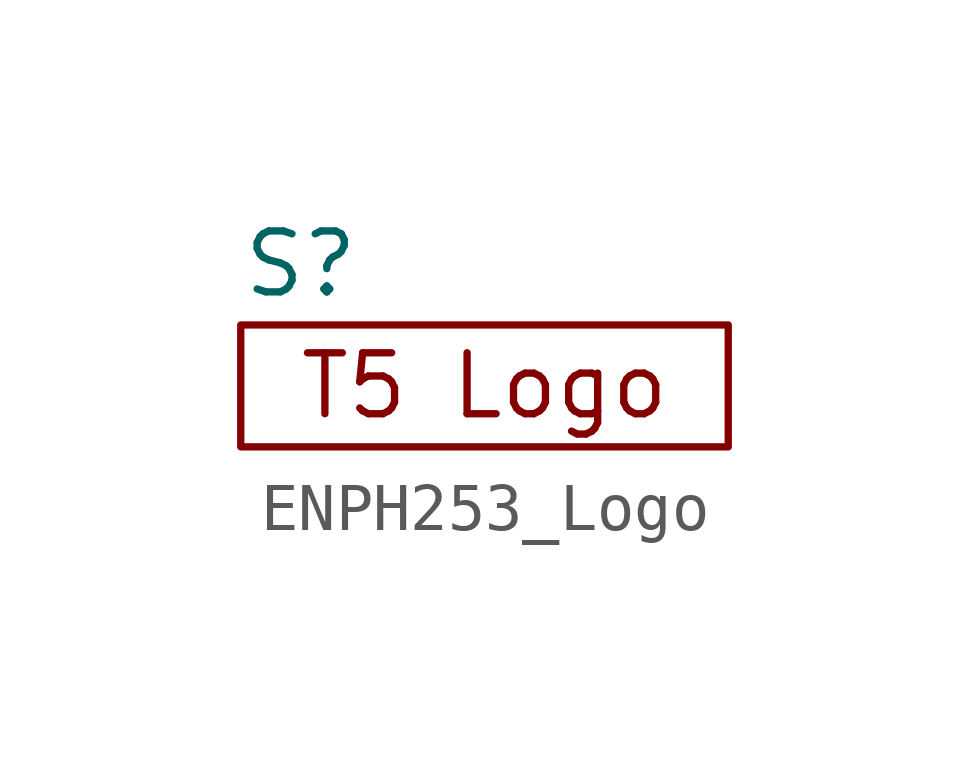
<source format=kicad_sym>
(kicad_symbol_lib
  (version 20241209)
  (generator "kicad_symbol_editor")
  (generator_version "9.0")
  (symbol "ENPH253_Logo"
    (property "Reference" "S"
      (at -5.08 2.54 0)
      (effects (font (size 1.27 1.27)) (justify left)))
    (symbol "ENPH253_Logo_0_1"
      (rectangle (start -5.08 1.27) (end 5.08 -1.27) (stroke (width 0) (type default)) (fill (type none))))
    (symbol "ENPH253_Logo_1_1"
      (text "T5 Logo" (at 0 0 0) (effects (font (size 1.27 1.27)))))))
</source>
